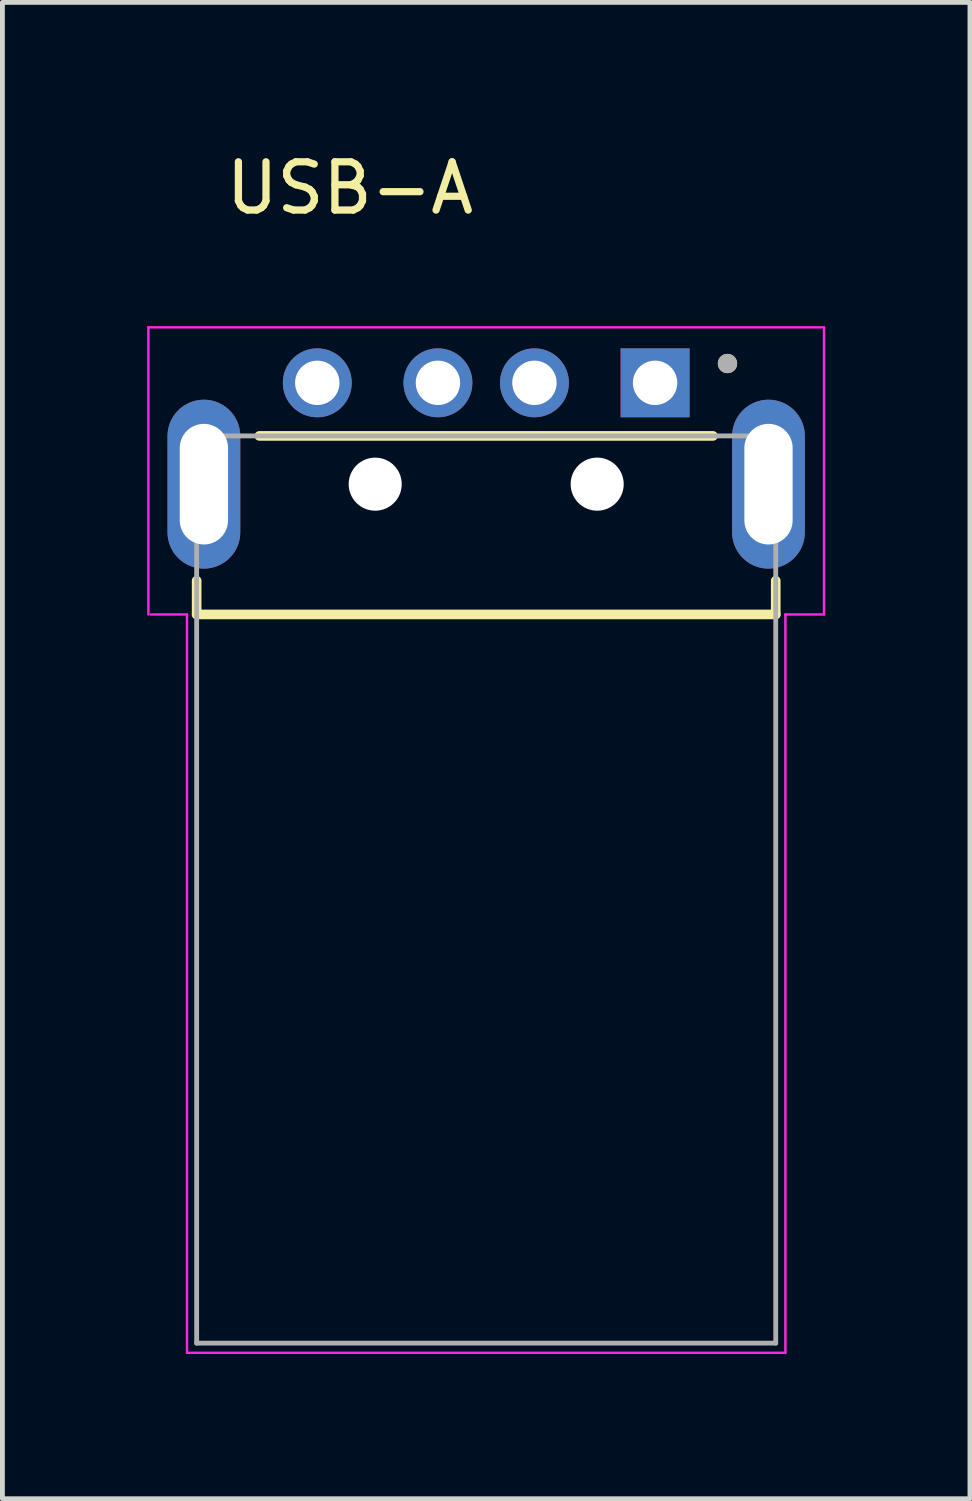
<source format=kicad_pcb>
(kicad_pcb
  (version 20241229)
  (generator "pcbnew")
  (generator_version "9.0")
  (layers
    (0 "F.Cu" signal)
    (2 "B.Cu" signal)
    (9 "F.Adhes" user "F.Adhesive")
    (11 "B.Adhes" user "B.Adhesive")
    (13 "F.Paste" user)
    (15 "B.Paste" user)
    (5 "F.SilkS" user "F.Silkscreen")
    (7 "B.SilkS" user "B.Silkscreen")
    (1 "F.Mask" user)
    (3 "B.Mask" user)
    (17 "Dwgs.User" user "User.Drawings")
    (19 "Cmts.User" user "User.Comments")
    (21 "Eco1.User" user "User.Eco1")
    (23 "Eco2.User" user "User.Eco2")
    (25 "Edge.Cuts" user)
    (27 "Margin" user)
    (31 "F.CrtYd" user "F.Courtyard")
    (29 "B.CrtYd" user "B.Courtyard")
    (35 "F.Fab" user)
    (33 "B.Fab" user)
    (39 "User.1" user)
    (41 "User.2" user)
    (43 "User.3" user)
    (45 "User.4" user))
  (footprint "USB-A"
    (layer "F.Cu")
    (at 7.025 6.983)
    (property "Reference" "USB-A" (at -2.825 -6.135 0) (layer "F.SilkS") (effects (font (size 1 1) (thickness 0.15))))
    (attr through_hole)
    (fp_line (start -6 2.7) (end -6 2) (stroke (width 0.2) (type solid)) (layer "F.SilkS"))
    (fp_line (start -4.7 -1) (end 4.7 -1) (stroke (width 0.2) (type solid)) (layer "F.SilkS"))
    (fp_line (start 6 2) (end 6 2.7) (stroke (width 0.2) (type solid)) (layer "F.SilkS"))
    (fp_line (start 6 2.7) (end -6 2.7) (stroke (width 0.2) (type solid)) (layer "F.SilkS"))
    (fp_circle (center 5 -2.5) (end 5.1 -2.5) (stroke (width 0.2) (type solid)) (fill no) (layer "F.SilkS"))
    (fp_line (start -7 -3.25) (end 7 -3.25) (stroke (width 0.05) (type solid)) (layer "F.CrtYd"))
    (fp_line (start -7 2.7) (end -7 -3.25) (stroke (width 0.05) (type solid)) (layer "F.CrtYd"))
    (fp_line (start -6.2 2.7) (end -6.95 2.7) (stroke (width 0.05) (type solid)) (layer "F.CrtYd"))
    (fp_line (start -6.2 18) (end -6.2 2.7) (stroke (width 0.05) (type solid)) (layer "F.CrtYd"))
    (fp_line (start 6.2 2.7) (end 6.2 18) (stroke (width 0.05) (type solid)) (layer "F.CrtYd"))
    (fp_line (start 6.2 18) (end -6.2 18) (stroke (width 0.05) (type solid)) (layer "F.CrtYd"))
    (fp_line (start 7 -3.25) (end 7 2.7) (stroke (width 0.05) (type solid)) (layer "F.CrtYd"))
    (fp_line (start 7 2.7) (end 6.2 2.7) (stroke (width 0.05) (type solid)) (layer "F.CrtYd"))
    (fp_line (start -6 -1) (end 6 -1) (stroke (width 0.1) (type solid)) (layer "F.Fab"))
    (fp_line (start -6 17.8) (end -6 -1) (stroke (width 0.1) (type solid)) (layer "F.Fab"))
    (fp_line (start 6 -1) (end 6 17.8) (stroke (width 0.1) (type solid)) (layer "F.Fab"))
    (fp_line (start 6 17.8) (end -6 17.8) (stroke (width 0.1) (type solid)) (layer "F.Fab"))
    (fp_circle (center 5 -2.5) (end 5.1 -2.5) (stroke (width 0.2) (type solid)) (fill no) (layer "F.Fab"))
    (pad "" np_thru_hole circle (at -2.3 0) (size 1.1 1.1) (drill 1.1) (layers "*.Cu" "*.Mask"))
    (pad "" np_thru_hole circle (at 2.3 0) (size 1.1 1.1) (drill 1.1) (layers "*.Cu" "*.Mask"))
    (pad "1" thru_hole rect (at 3.5 -2.1) (size 1.428 1.428) (drill 0.92) (layers "*.Cu" "*.Mask"))
    (pad "2" thru_hole circle (at 1 -2.1) (size 1.428 1.428) (drill 0.92) (layers "*.Cu" "*.Mask"))
    (pad "3" thru_hole circle (at -1 -2.1) (size 1.428 1.428) (drill 0.92) (layers "*.Cu" "*.Mask"))
    (pad "4" thru_hole circle (at -3.5 -2.1) (size 1.428 1.428) (drill 0.92) (layers "*.Cu" "*.Mask"))
    (pad "5" thru_hole oval (at -5.85 0) (size 1.508 3.5) (drill oval 1 2.5) (layers "*.Cu" "*.Mask"))
    (pad "5" thru_hole oval (at 5.85 0) (size 1.508 3.5) (drill oval 1 2.5) (layers "*.Cu" "*.Mask")))
  (gr_rect
    (start -3 -3)
    (end 17.05 28.008)
    (stroke (width 0.1) (type default))
    (fill no)
    (layer "Edge.Cuts")))
</source>
